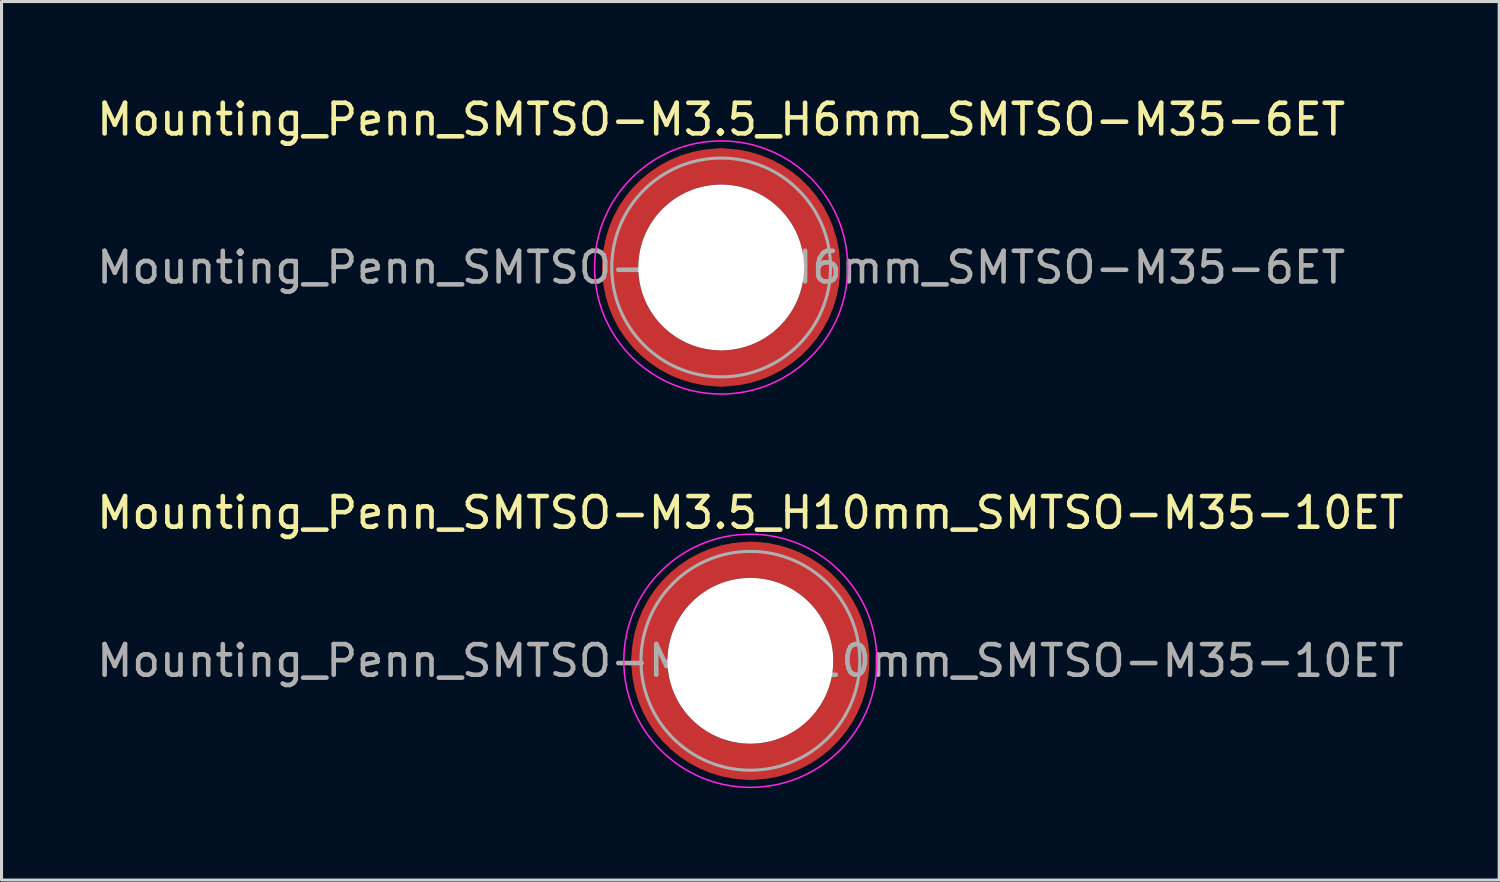
<source format=kicad_pcb>
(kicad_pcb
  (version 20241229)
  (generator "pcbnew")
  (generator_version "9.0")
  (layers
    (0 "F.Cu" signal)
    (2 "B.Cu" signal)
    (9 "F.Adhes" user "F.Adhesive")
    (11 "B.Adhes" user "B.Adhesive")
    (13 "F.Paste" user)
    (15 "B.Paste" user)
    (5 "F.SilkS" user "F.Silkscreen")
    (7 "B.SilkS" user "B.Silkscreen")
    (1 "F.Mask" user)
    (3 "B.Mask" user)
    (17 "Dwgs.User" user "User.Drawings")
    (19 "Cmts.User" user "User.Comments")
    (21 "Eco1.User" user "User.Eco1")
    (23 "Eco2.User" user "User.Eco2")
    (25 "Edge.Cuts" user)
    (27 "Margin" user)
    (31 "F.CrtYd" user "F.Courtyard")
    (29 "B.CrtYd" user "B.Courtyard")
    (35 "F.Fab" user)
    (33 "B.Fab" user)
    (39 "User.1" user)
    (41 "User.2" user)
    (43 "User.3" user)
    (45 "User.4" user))
  (footprint "Mounting_Penn_SMTSO-M3.5_H6mm_SMTSO-M35-6ET"
    (layer "F.Cu")
    (at 20.482 5.678)
    (property "Reference" "Mounting_Penn_SMTSO-M3.5_H6mm_SMTSO-M35-6ET" (at 0 -4.83 0) (layer "F.SilkS") (effects (font (size 1 1) (thickness 0.15))))
    (attr smd)
    (fp_circle (center 0 0) (end 4.13 0) (stroke (width 0.05) (type solid)) (fill no) (layer "F.CrtYd"))
    (fp_circle (center 0 0) (end 3.57 0) (stroke (width 0.1) (type solid)) (fill no) (layer "F.Fab"))
    (fp_text user "${REFERENCE}" (at 0 0 0) (layer "F.Fab") (effects (font (size 1 1) (thickness 0.15))))
    (pad "" smd custom (at -2.33 -2.33) (size 0.49 0.49) (layers "F.Paste") (options (anchor circle)) (primitives (gr_arc (start -0.559551 2.029917) (mid 0.275772 0.275772) (end 2.029917 -0.559551) (width 0.2)) (gr_arc (start -0.657558 2.029917) (mid 0.206829 0.206829) (end 2.029917 -0.657558) (width 0.2)) (gr_arc (start -0.755533 2.029917) (mid 0.137886 0.137886) (end 2.029917 -0.755533) (width 0.2)) (gr_arc (start -0.853479 2.029917) (mid 0.068943 0.068943) (end 2.029917 -0.853479) (width 0.2)) (gr_arc (start -0.951398 2.029917) (mid 0 0) (end 2.029917 -0.951398) (width 0.2)) (gr_arc (start -1.049293 2.029917) (mid -0.068943 -0.068943) (end 2.029917 -1.049293) (width 0.2)) (gr_arc (start -1.147165 2.029917) (mid -0.137886 -0.137886) (end 2.029917 -1.147165) (width 0.2)) (gr_arc (start -1.245018 2.029917) (mid -0.206829 -0.206829) (end 2.029917 -1.245018) (width 0.2)) (gr_arc (start -1.342851 2.029917) (mid -0.275771 -0.275771) (end 2.029917 -1.342851) (width 0.2)) (gr_line (start 2.03 -0.56) (end 2.03 -1.343) (width 0.2)) (gr_line (start -0.56 2.03) (end -1.343 2.03) (width 0.2))))
    (pad "" smd custom (at -2.33 2.33) (size 0.49 0.49) (layers "F.Paste") (options (anchor circle)) (primitives (gr_arc (start 2.029917 0.559551) (mid 0.275772 -0.275772) (end -0.559551 -2.029917) (width 0.2)) (gr_arc (start 2.029917 0.657558) (mid 0.206829 -0.206829) (end -0.657558 -2.029917) (width 0.2)) (gr_arc (start 2.029917 0.755533) (mid 0.137886 -0.137886) (end -0.755533 -2.029917) (width 0.2)) (gr_arc (start 2.029917 0.853479) (mid 0.068943 -0.068943) (end -0.853479 -2.029917) (width 0.2)) (gr_arc (start 2.029917 0.951398) (mid 0 0) (end -0.951398 -2.029917) (width 0.2)) (gr_arc (start 2.029917 1.049293) (mid -0.068943 0.068943) (end -1.049293 -2.029917) (width 0.2)) (gr_arc (start 2.029917 1.147165) (mid -0.137886 0.137886) (end -1.147165 -2.029917) (width 0.2)) (gr_arc (start 2.029917 1.245018) (mid -0.206829 0.206829) (end -1.245018 -2.029917) (width 0.2)) (gr_arc (start 2.029917 1.342851) (mid -0.275771 0.275771) (end -1.342851 -2.029917) (width 0.2)) (gr_line (start -0.56 -2.03) (end -1.343 -2.03) (width 0.2)) (gr_line (start 2.03 0.56) (end 2.03 1.343) (width 0.2))))
    (pad "" np_thru_hole circle (at 0 0) (size 5.41 5.41) (drill 5.41) (layers "*.Cu" "*.Mask"))
    (pad "" smd custom (at 2.33 -2.33) (size 0.49 0.49) (layers "F.Paste") (options (anchor circle)) (primitives (gr_arc (start -2.029917 -0.559551) (mid -0.275772 0.275772) (end 0.559551 2.029917) (width 0.2)) (gr_arc (start -2.029917 -0.657558) (mid -0.206829 0.206829) (end 0.657558 2.029917) (width 0.2)) (gr_arc (start -2.029917 -0.755533) (mid -0.137886 0.137886) (end 0.755533 2.029917) (width 0.2)) (gr_arc (start -2.029917 -0.853479) (mid -0.068943 0.068943) (end 0.853479 2.029917) (width 0.2)) (gr_arc (start -2.029917 -0.951398) (mid 0 0) (end 0.951398 2.029917) (width 0.2)) (gr_arc (start -2.029917 -1.049293) (mid 0.068943 -0.068943) (end 1.049293 2.029917) (width 0.2)) (gr_arc (start -2.029917 -1.147165) (mid 0.137886 -0.137886) (end 1.147165 2.029917) (width 0.2)) (gr_arc (start -2.029917 -1.245018) (mid 0.206829 -0.206829) (end 1.245018 2.029917) (width 0.2)) (gr_arc (start -2.029917 -1.342851) (mid 0.275771 -0.275771) (end 1.342851 2.029917) (width 0.2)) (gr_line (start 0.56 2.03) (end 1.343 2.03) (width 0.2)) (gr_line (start -2.03 -0.56) (end -2.03 -1.343) (width 0.2))))
    (pad "" smd custom (at 2.33 2.33) (size 0.49 0.49) (layers "F.Paste") (options (anchor circle)) (primitives (gr_arc (start 0.559551 -2.029917) (mid -0.275772 -0.275772) (end -2.029917 0.559551) (width 0.2)) (gr_arc (start 0.657558 -2.029917) (mid -0.206829 -0.206829) (end -2.029917 0.657558) (width 0.2)) (gr_arc (start 0.755533 -2.029917) (mid -0.137886 -0.137886) (end -2.029917 0.755533) (width 0.2)) (gr_arc (start 0.853479 -2.029917) (mid -0.068943 -0.068943) (end -2.029917 0.853479) (width 0.2)) (gr_arc (start 0.951398 -2.029917) (mid 0 0) (end -2.029917 0.951398) (width 0.2)) (gr_arc (start 1.049293 -2.029917) (mid 0.068943 0.068943) (end -2.029917 1.049293) (width 0.2)) (gr_arc (start 1.147165 -2.029917) (mid 0.137886 0.137886) (end -2.029917 1.147165) (width 0.2)) (gr_arc (start 1.245018 -2.029917) (mid 0.206829 0.206829) (end -2.029917 1.245018) (width 0.2)) (gr_arc (start 1.342851 -2.029917) (mid 0.275771 0.275771) (end -2.029917 1.342851) (width 0.2)) (gr_line (start -2.03 0.56) (end -2.03 1.343) (width 0.2)) (gr_line (start 0.56 -2.03) (end 1.343 -2.03) (width 0.2))))
    (pad "1" smd circle (at -3.295 0) (size 1.18 1.18) (layers "F.Cu"))
    (pad "1" smd circle (at 0 -3.295) (size 1.18 1.18) (layers "F.Cu"))
    (pad "1" smd circle (at 0 3.295) (size 1.18 1.18) (layers "F.Cu"))
    (pad "1" smd custom (at 3.295 0) (size 1.18 1.18) (layers "F.Cu" "F.Mask") (options (anchor circle)) (primitives (gr_circle (center -3.295 0) (end 0 0) (width 1.18) (fill no)))))
  (footprint "Mounting_Penn_SMTSO-M3.5_H10mm_SMTSO-M35-10ET"
    (layer "F.Cu")
    (at 21.435 18.512)
    (property "Reference" "Mounting_Penn_SMTSO-M3.5_H10mm_SMTSO-M35-10ET" (at 0 -4.83 0) (layer "F.SilkS") (effects (font (size 1 1) (thickness 0.15))))
    (attr smd)
    (fp_circle (center 0 0) (end 4.13 0) (stroke (width 0.05) (type solid)) (fill no) (layer "F.CrtYd"))
    (fp_circle (center 0 0) (end 3.57 0) (stroke (width 0.1) (type solid)) (fill no) (layer "F.Fab"))
    (fp_text user "${REFERENCE}" (at 0 0 0) (layer "F.Fab") (effects (font (size 1 1) (thickness 0.15))))
    (pad "" smd custom (at -2.33 -2.33) (size 0.49 0.49) (layers "F.Paste") (options (anchor circle)) (primitives (gr_arc (start -0.559551 2.029917) (mid 0.275772 0.275772) (end 2.029917 -0.559551) (width 0.2)) (gr_arc (start -0.657558 2.029917) (mid 0.206829 0.206829) (end 2.029917 -0.657558) (width 0.2)) (gr_arc (start -0.755533 2.029917) (mid 0.137886 0.137886) (end 2.029917 -0.755533) (width 0.2)) (gr_arc (start -0.853479 2.029917) (mid 0.068943 0.068943) (end 2.029917 -0.853479) (width 0.2)) (gr_arc (start -0.951398 2.029917) (mid 0 0) (end 2.029917 -0.951398) (width 0.2)) (gr_arc (start -1.049293 2.029917) (mid -0.068943 -0.068943) (end 2.029917 -1.049293) (width 0.2)) (gr_arc (start -1.147165 2.029917) (mid -0.137886 -0.137886) (end 2.029917 -1.147165) (width 0.2)) (gr_arc (start -1.245018 2.029917) (mid -0.206829 -0.206829) (end 2.029917 -1.245018) (width 0.2)) (gr_arc (start -1.342851 2.029917) (mid -0.275771 -0.275771) (end 2.029917 -1.342851) (width 0.2)) (gr_line (start 2.03 -0.56) (end 2.03 -1.343) (width 0.2)) (gr_line (start -0.56 2.03) (end -1.343 2.03) (width 0.2))))
    (pad "" smd custom (at -2.33 2.33) (size 0.49 0.49) (layers "F.Paste") (options (anchor circle)) (primitives (gr_arc (start 2.029917 0.559551) (mid 0.275772 -0.275772) (end -0.559551 -2.029917) (width 0.2)) (gr_arc (start 2.029917 0.657558) (mid 0.206829 -0.206829) (end -0.657558 -2.029917) (width 0.2)) (gr_arc (start 2.029917 0.755533) (mid 0.137886 -0.137886) (end -0.755533 -2.029917) (width 0.2)) (gr_arc (start 2.029917 0.853479) (mid 0.068943 -0.068943) (end -0.853479 -2.029917) (width 0.2)) (gr_arc (start 2.029917 0.951398) (mid 0 0) (end -0.951398 -2.029917) (width 0.2)) (gr_arc (start 2.029917 1.049293) (mid -0.068943 0.068943) (end -1.049293 -2.029917) (width 0.2)) (gr_arc (start 2.029917 1.147165) (mid -0.137886 0.137886) (end -1.147165 -2.029917) (width 0.2)) (gr_arc (start 2.029917 1.245018) (mid -0.206829 0.206829) (end -1.245018 -2.029917) (width 0.2)) (gr_arc (start 2.029917 1.342851) (mid -0.275771 0.275771) (end -1.342851 -2.029917) (width 0.2)) (gr_line (start -0.56 -2.03) (end -1.343 -2.03) (width 0.2)) (gr_line (start 2.03 0.56) (end 2.03 1.343) (width 0.2))))
    (pad "" np_thru_hole circle (at 0 0) (size 5.41 5.41) (drill 5.41) (layers "*.Cu" "*.Mask"))
    (pad "" smd custom (at 2.33 -2.33) (size 0.49 0.49) (layers "F.Paste") (options (anchor circle)) (primitives (gr_arc (start -2.029917 -0.559551) (mid -0.275772 0.275772) (end 0.559551 2.029917) (width 0.2)) (gr_arc (start -2.029917 -0.657558) (mid -0.206829 0.206829) (end 0.657558 2.029917) (width 0.2)) (gr_arc (start -2.029917 -0.755533) (mid -0.137886 0.137886) (end 0.755533 2.029917) (width 0.2)) (gr_arc (start -2.029917 -0.853479) (mid -0.068943 0.068943) (end 0.853479 2.029917) (width 0.2)) (gr_arc (start -2.029917 -0.951398) (mid 0 0) (end 0.951398 2.029917) (width 0.2)) (gr_arc (start -2.029917 -1.049293) (mid 0.068943 -0.068943) (end 1.049293 2.029917) (width 0.2)) (gr_arc (start -2.029917 -1.147165) (mid 0.137886 -0.137886) (end 1.147165 2.029917) (width 0.2)) (gr_arc (start -2.029917 -1.245018) (mid 0.206829 -0.206829) (end 1.245018 2.029917) (width 0.2)) (gr_arc (start -2.029917 -1.342851) (mid 0.275771 -0.275771) (end 1.342851 2.029917) (width 0.2)) (gr_line (start 0.56 2.03) (end 1.343 2.03) (width 0.2)) (gr_line (start -2.03 -0.56) (end -2.03 -1.343) (width 0.2))))
    (pad "" smd custom (at 2.33 2.33) (size 0.49 0.49) (layers "F.Paste") (options (anchor circle)) (primitives (gr_arc (start 0.559551 -2.029917) (mid -0.275772 -0.275772) (end -2.029917 0.559551) (width 0.2)) (gr_arc (start 0.657558 -2.029917) (mid -0.206829 -0.206829) (end -2.029917 0.657558) (width 0.2)) (gr_arc (start 0.755533 -2.029917) (mid -0.137886 -0.137886) (end -2.029917 0.755533) (width 0.2)) (gr_arc (start 0.853479 -2.029917) (mid -0.068943 -0.068943) (end -2.029917 0.853479) (width 0.2)) (gr_arc (start 0.951398 -2.029917) (mid 0 0) (end -2.029917 0.951398) (width 0.2)) (gr_arc (start 1.049293 -2.029917) (mid 0.068943 0.068943) (end -2.029917 1.049293) (width 0.2)) (gr_arc (start 1.147165 -2.029917) (mid 0.137886 0.137886) (end -2.029917 1.147165) (width 0.2)) (gr_arc (start 1.245018 -2.029917) (mid 0.206829 0.206829) (end -2.029917 1.245018) (width 0.2)) (gr_arc (start 1.342851 -2.029917) (mid 0.275771 0.275771) (end -2.029917 1.342851) (width 0.2)) (gr_line (start -2.03 0.56) (end -2.03 1.343) (width 0.2)) (gr_line (start 0.56 -2.03) (end 1.343 -2.03) (width 0.2))))
    (pad "1" smd circle (at -3.295 0) (size 1.18 1.18) (layers "F.Cu"))
    (pad "1" smd circle (at 0 -3.295) (size 1.18 1.18) (layers "F.Cu"))
    (pad "1" smd circle (at 0 3.295) (size 1.18 1.18) (layers "F.Cu"))
    (pad "1" smd custom (at 3.295 0) (size 1.18 1.18) (layers "F.Cu" "F.Mask") (options (anchor circle)) (primitives (gr_circle (center -3.295 0) (end 0 0) (width 1.18) (fill no)))))
  (gr_rect
    (start -3 -3)
    (end 45.869 25.666)
    (stroke (width 0.1) (type default))
    (fill no)
    (layer "Edge.Cuts")))
</source>
